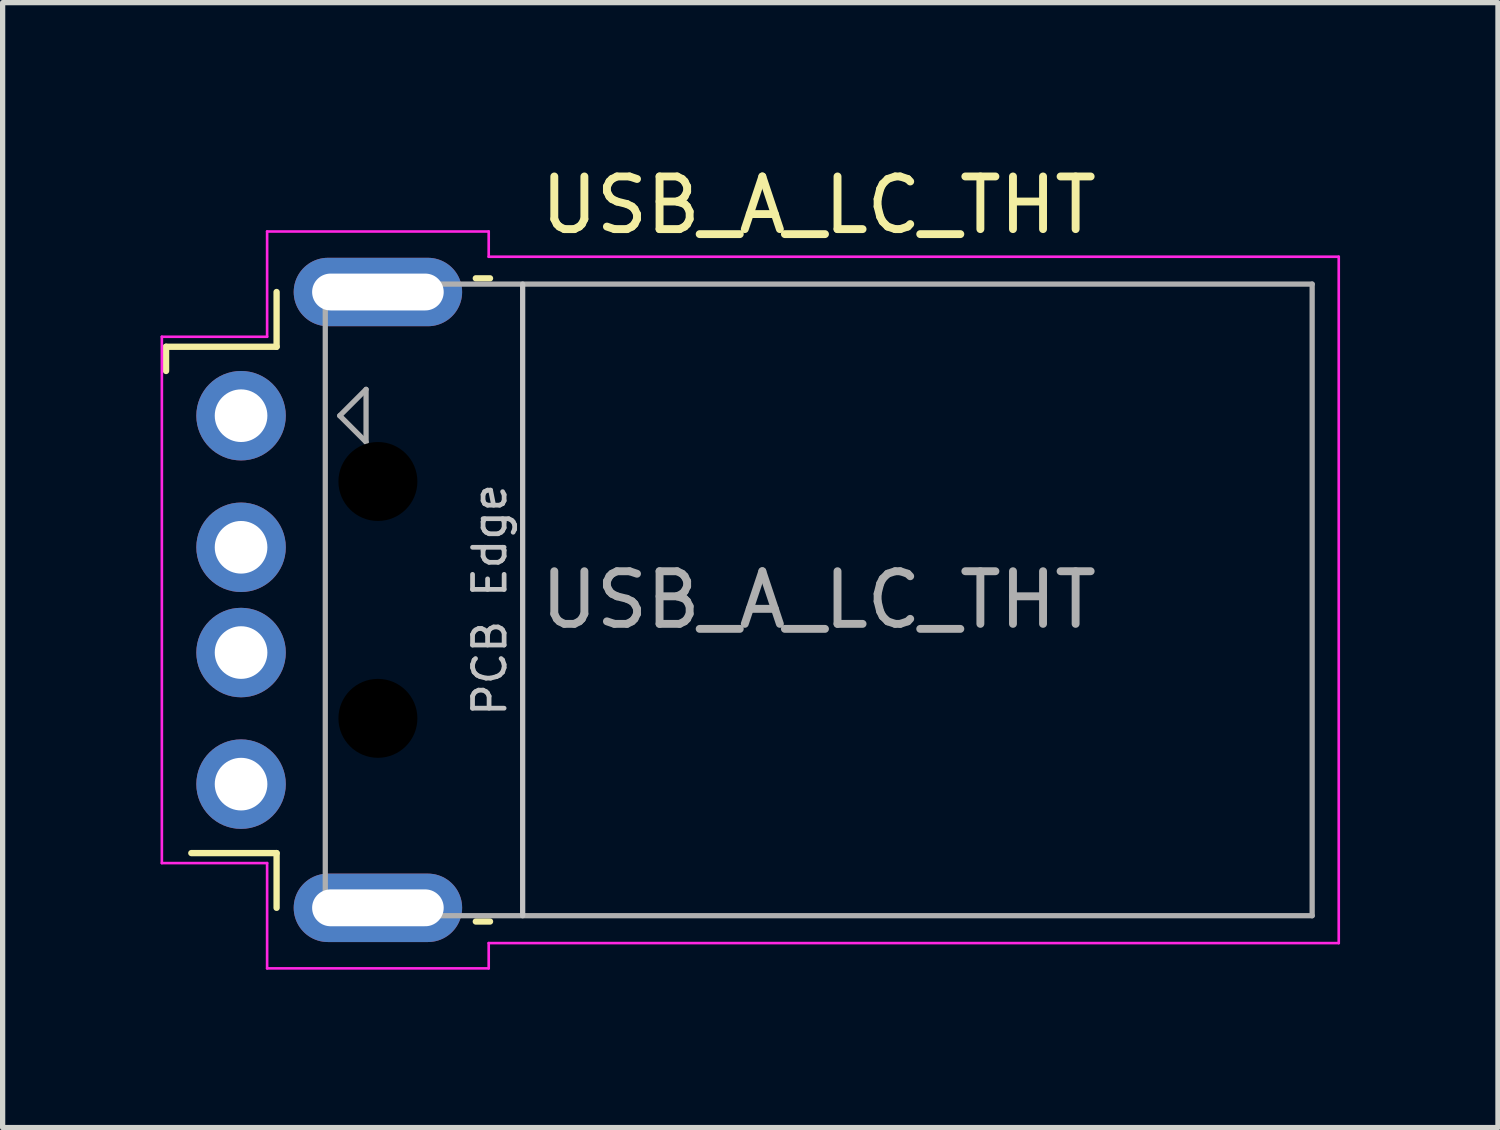
<source format=kicad_pcb>
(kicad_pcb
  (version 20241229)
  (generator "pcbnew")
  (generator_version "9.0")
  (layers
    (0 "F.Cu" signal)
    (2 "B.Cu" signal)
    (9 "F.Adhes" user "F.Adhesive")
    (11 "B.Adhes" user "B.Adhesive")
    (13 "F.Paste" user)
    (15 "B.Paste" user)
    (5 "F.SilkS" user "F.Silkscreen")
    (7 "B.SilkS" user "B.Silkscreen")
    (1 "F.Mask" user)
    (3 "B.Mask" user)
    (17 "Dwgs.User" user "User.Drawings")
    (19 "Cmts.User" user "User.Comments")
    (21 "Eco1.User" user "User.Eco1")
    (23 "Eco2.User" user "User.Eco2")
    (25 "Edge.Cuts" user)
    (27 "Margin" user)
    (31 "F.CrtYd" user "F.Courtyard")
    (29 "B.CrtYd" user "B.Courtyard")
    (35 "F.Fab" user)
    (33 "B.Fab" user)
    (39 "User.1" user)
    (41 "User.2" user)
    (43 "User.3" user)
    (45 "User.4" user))
  (footprint "USB_A_LC_THT"
    (layer "F.Cu")
    (at 12.505 8.348)
    (property "Reference" "USB_A_LC_THT" (at 0 -7.5 180) (layer "F.SilkS") (effects (font (size 1 1) (thickness 0.15))))
    (attr smd)
    (fp_line (start -12.4 -4.81) (end -12.4 -4.35) (stroke (width 0.12) (type default)) (layer "F.SilkS"))
    (fp_line (start -12.4 -4.81) (end -10.3 -4.81) (stroke (width 0.12) (type default)) (layer "F.SilkS"))
    (fp_line (start -11.92 4.81) (end -10.3 4.81) (stroke (width 0.12) (type default)) (layer "F.SilkS"))
    (fp_line (start -10.3 -5.85) (end -10.3 -4.81) (stroke (width 0.12) (type default)) (layer "F.SilkS"))
    (fp_line (start -10.3 4.81) (end -10.3 5.85) (stroke (width 0.12) (type default)) (layer "F.SilkS"))
    (fp_line (start -6.515 -6.11) (end -6.245 -6.11) (stroke (width 0.12) (type solid)) (layer "F.SilkS"))
    (fp_line (start -6.515 6.11) (end -6.245 6.11) (stroke (width 0.12) (type solid)) (layer "F.SilkS"))
    (fp_line (start -5.625 -6) (end -5.625 6) (stroke (width 0.1) (type solid)) (layer "Dwgs.User"))
    (fp_line (start -12.48 -5) (end -10.48 -5) (stroke (width 0.05) (type solid)) (layer "F.CrtYd"))
    (fp_line (start -12.48 5) (end -12.48 -5) (stroke (width 0.05) (type solid)) (layer "F.CrtYd"))
    (fp_line (start -12.48 5) (end -10.48 5) (stroke (width 0.05) (type solid)) (layer "F.CrtYd"))
    (fp_line (start -10.48 -7) (end -10.48 -5) (stroke (width 0.05) (type solid)) (layer "F.CrtYd"))
    (fp_line (start -10.48 -7) (end -6.27 -7) (stroke (width 0.05) (type solid)) (layer "F.CrtYd"))
    (fp_line (start -10.48 5) (end -10.48 7) (stroke (width 0.05) (type solid)) (layer "F.CrtYd"))
    (fp_line (start -10.48 7) (end -6.27 7) (stroke (width 0.05) (type solid)) (layer "F.CrtYd"))
    (fp_line (start -6.27 -6.52) (end -6.27 -7) (stroke (width 0.05) (type solid)) (layer "F.CrtYd"))
    (fp_line (start -6.27 -6.52) (end 9.88 -6.52) (stroke (width 0.05) (type solid)) (layer "F.CrtYd"))
    (fp_line (start -6.27 6.52) (end 9.88 6.52) (stroke (width 0.05) (type solid)) (layer "F.CrtYd"))
    (fp_line (start -6.27 7) (end -6.27 6.52) (stroke (width 0.05) (type solid)) (layer "F.CrtYd"))
    (fp_line (start 9.88 6.52) (end 9.88 -6.52) (stroke (width 0.05) (type solid)) (layer "F.CrtYd"))
    (fp_line (start -9.375 -6) (end -9.375 6) (stroke (width 0.1) (type solid)) (layer "F.Fab"))
    (fp_line (start -9.375 -6) (end 9.375 -6) (stroke (width 0.1) (type solid)) (layer "F.Fab"))
    (fp_line (start -9.375 6) (end 9.375 6) (stroke (width 0.1) (type solid)) (layer "F.Fab"))
    (fp_line (start -9.1 -3.5) (end -8.6 -4) (stroke (width 0.1) (type solid)) (layer "F.Fab"))
    (fp_line (start -9.1 -3.5) (end -8.6 -3) (stroke (width 0.1) (type solid)) (layer "F.Fab"))
    (fp_line (start -8.6 -4) (end -8.6 -3) (stroke (width 0.1) (type solid)) (layer "F.Fab"))
    (fp_line (start 9.375 -6) (end 9.375 6) (stroke (width 0.1) (type solid)) (layer "F.Fab"))
    (fp_text user "PCB Edge" (at -6.25 0 270) (layer "Dwgs.User") (effects (font (size 0.6 0.6) (thickness 0.09))))
    (fp_text user "${REFERENCE}" (at 0 0 180) (layer "F.Fab") (effects (font (size 1 1) (thickness 0.15))))
    (pad "" np_thru_hole circle (at -8.375 -2.25) (size 1.5 1.5) (drill 1.5) (layers "*.Mask"))
    (pad "" np_thru_hole circle (at -8.375 2.25) (size 1.5 1.5) (drill 1.5) (layers "*.Mask"))
    (pad "1" thru_hole oval (at -10.975 -3.5) (size 1.7 1.7) (drill 1) (layers "*.Cu" "*.Mask"))
    (pad "2" thru_hole oval (at -10.975 -1) (size 1.7 1.7) (drill 1) (layers "*.Cu" "*.Mask"))
    (pad "3" thru_hole oval (at -10.975 1) (size 1.7 1.7) (drill 1) (layers "*.Cu" "*.Mask"))
    (pad "4" thru_hole oval (at -10.975 3.5) (size 1.7 1.7) (drill 1) (layers "*.Cu" "*.Mask"))
    (pad "5" thru_hole oval (at -8.375 -5.85) (size 3.2 1.3) (drill oval 2.5 0.7) (layers "*.Cu" "*.Mask"))
    (pad "5" thru_hole oval (at -8.375 5.85) (size 3.2 1.3) (drill oval 2.5 0.7) (layers "*.Cu" "*.Mask")))
  (gr_rect
    (start -3 -3)
    (end 25.41 18.373)
    (stroke (width 0.1) (type default))
    (fill no)
    (layer "Edge.Cuts")))
</source>
